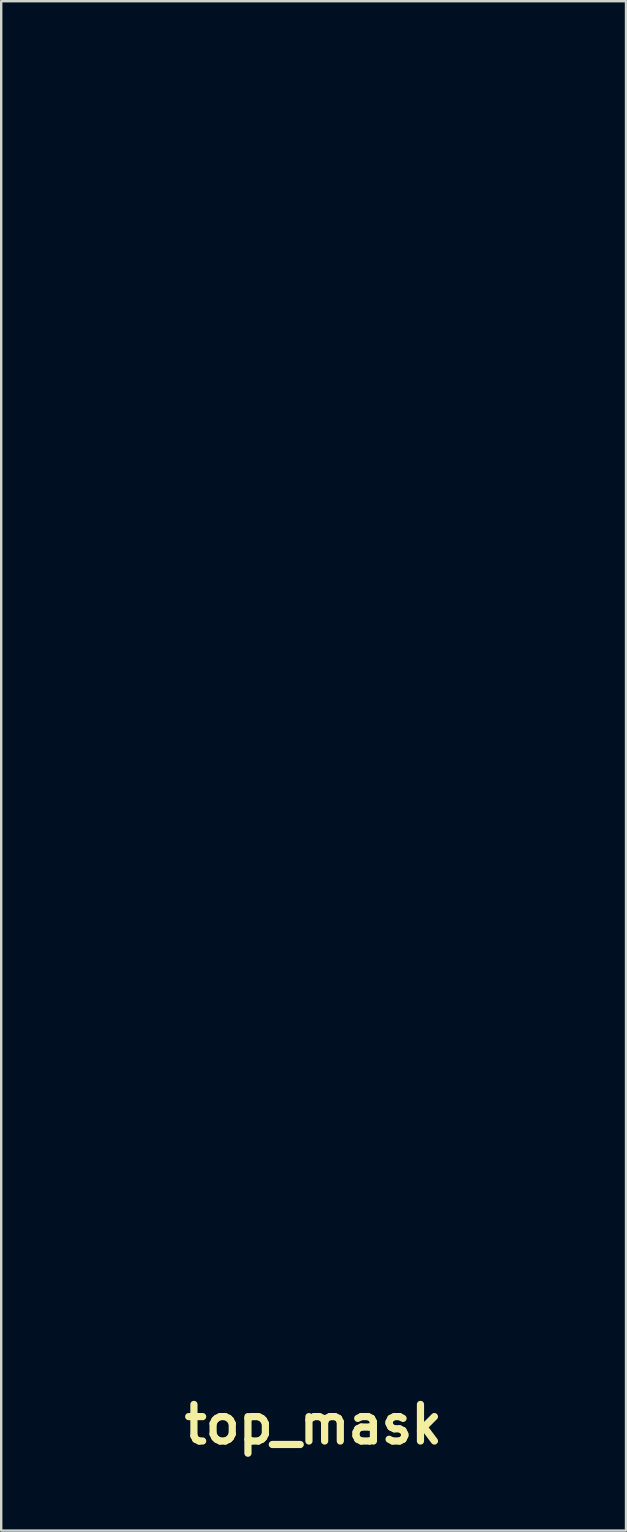
<source format=kicad_pcb>
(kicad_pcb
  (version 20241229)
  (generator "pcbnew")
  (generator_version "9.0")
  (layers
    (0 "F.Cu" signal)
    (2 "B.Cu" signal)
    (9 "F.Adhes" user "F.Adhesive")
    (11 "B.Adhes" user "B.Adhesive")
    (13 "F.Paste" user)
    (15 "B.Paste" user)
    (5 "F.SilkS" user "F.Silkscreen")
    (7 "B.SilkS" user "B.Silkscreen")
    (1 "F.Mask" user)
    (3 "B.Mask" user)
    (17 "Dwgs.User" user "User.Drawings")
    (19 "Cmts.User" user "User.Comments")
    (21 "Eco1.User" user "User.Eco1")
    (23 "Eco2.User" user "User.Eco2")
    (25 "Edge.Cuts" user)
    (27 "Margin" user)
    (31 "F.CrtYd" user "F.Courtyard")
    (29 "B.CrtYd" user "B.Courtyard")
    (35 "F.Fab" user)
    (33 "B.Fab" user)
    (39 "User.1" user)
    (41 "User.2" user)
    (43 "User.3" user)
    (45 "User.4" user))
  (footprint "top_mask"
    (layer "F.Cu")
    (at 9.997 56.271)
    (property "Reference" "top_mask" (at 0 0 0) (layer "F.SilkS") (effects (font (size 1.524 1.524) (thickness 0.3))))
    (attr through_hole)
    (fp_poly (pts (xy 10.018 -55.936) (xy -9.992 -55.936) (xy -9.992 -56.266) (xy 10.018 -56.266) (xy 10.018 -55.936)) (stroke (width 0.01) (type solid)) (fill yes) (layer "F.Mask"))
    (fp_poly (pts (xy 10.018 -53.343) (xy -9.992 -53.343) (xy -9.992 -53.648) (xy 10.018 -53.648) (xy 10.018 -53.343)) (stroke (width 0.01) (type solid)) (fill yes) (layer "F.Mask"))
    (fp_poly (pts (xy 9.543 -55.704) (xy 9.596 -55.692) (xy 9.65 -55.666) (xy 9.714 -55.619) (xy 9.797 -55.548) (xy 9.906 -55.446) (xy 9.91 -55.443) (xy 9.972 -55.379) (xy 10.004 -55.328) (xy 10.016 -55.27) (xy 10.018 -55.22) (xy 10.014 -55.147) (xy 10.005 -55.098) (xy 9.999 -55.089) (xy 9.975 -55.102) (xy 9.921 -55.145) (xy 9.844 -55.212) (xy 9.75 -55.299) (xy 9.668 -55.376) (xy 9.565 -55.475) (xy 9.477 -55.562) (xy 9.409 -55.632) (xy 9.367 -55.677) (xy 9.357 -55.691) (xy 9.379 -55.7) (xy 9.438 -55.706) (xy 9.483 -55.707) (xy 9.543 -55.704)) (stroke (width 0.01) (type solid)) (fill yes) (layer "F.Mask"))
    (fp_poly (pts (xy 10.009 -54.517) (xy 10.016 -54.453) (xy 10.018 -54.411) (xy 10.016 -54.356) (xy 10.007 -54.312) (xy 9.985 -54.269) (xy 9.944 -54.216) (xy 9.876 -54.144) (xy 9.815 -54.082) (xy 9.726 -53.993) (xy 9.663 -53.935) (xy 9.616 -53.9) (xy 9.574 -53.883) (xy 9.528 -53.877) (xy 9.487 -53.876) (xy 9.412 -53.879) (xy 9.378 -53.888) (xy 9.371 -53.911) (xy 9.375 -53.929) (xy 9.406 -53.982) (xy 9.449 -54.021) (xy 9.493 -54.057) (xy 9.509 -54.085) (xy 9.526 -54.112) (xy 9.572 -54.165) (xy 9.639 -54.233) (xy 9.718 -54.31) (xy 9.8 -54.388) (xy 9.877 -54.458) (xy 9.942 -54.512) (xy 9.985 -54.543) (xy 9.997 -54.547) (xy 10.009 -54.517)) (stroke (width 0.01) (type solid)) (fill yes) (layer "F.Mask"))
    (fp_poly (pts (xy -2.867 -54.451) (xy -2.832 -54.43) (xy -2.771 -54.382) (xy -2.692 -54.315) (xy -2.602 -54.235) (xy -2.511 -54.151) (xy -2.426 -54.07) (xy -2.355 -54) (xy -2.306 -53.947) (xy -2.288 -53.92) (xy -2.311 -53.91) (xy -2.37 -53.903) (xy -2.426 -53.902) (xy -2.493 -53.903) (xy -2.542 -53.912) (xy -2.588 -53.936) (xy -2.642 -53.98) (xy -2.718 -54.053) (xy -2.732 -54.066) (xy -2.899 -54.231) (xy -3.062 -54.066) (xy -3.225 -53.902) (xy -3.569 -53.902) (xy -3.432 -54.029) (xy -3.365 -54.091) (xy -3.312 -54.136) (xy -3.285 -54.156) (xy -3.284 -54.156) (xy -3.261 -54.173) (xy -3.216 -54.215) (xy -3.187 -54.244) (xy -3.065 -54.359) (xy -2.966 -54.429) (xy -2.89 -54.454) (xy -2.867 -54.451)) (stroke (width 0.01) (type solid)) (fill yes) (layer "F.Mask"))
    (fp_poly (pts (xy -3.219 -55.705) (xy -3.163 -55.695) (xy -3.115 -55.668) (xy -3.058 -55.617) (xy -3.02 -55.579) (xy -2.892 -55.451) (xy -2.825 -55.515) (xy -2.737 -55.599) (xy -2.673 -55.655) (xy -2.621 -55.687) (xy -2.569 -55.702) (xy -2.506 -55.707) (xy -2.452 -55.707) (xy -2.368 -55.705) (xy -2.309 -55.701) (xy -2.288 -55.695) (xy -2.306 -55.673) (xy -2.351 -55.626) (xy -2.416 -55.563) (xy -2.432 -55.549) (xy -2.529 -55.458) (xy -2.637 -55.357) (xy -2.718 -55.281) (xy -2.791 -55.218) (xy -2.854 -55.171) (xy -2.894 -55.15) (xy -2.898 -55.15) (xy -2.936 -55.169) (xy -2.99 -55.216) (xy -3.026 -55.253) (xy -3.084 -55.318) (xy -3.165 -55.405) (xy -3.253 -55.497) (xy -3.285 -55.531) (xy -3.455 -55.707) (xy -3.301 -55.707) (xy -3.219 -55.705)) (stroke (width 0.01) (type solid)) (fill yes) (layer "F.Mask"))
    (fp_poly (pts (xy 2.635 -55.263) (xy 2.18 -54.819) (xy 2.586 -54.418) (xy 2.706 -54.299) (xy 2.814 -54.188) (xy 2.905 -54.093) (xy 2.974 -54.018) (xy 3.015 -53.97) (xy 3.022 -53.959) (xy 3.037 -53.926) (xy 3.03 -53.909) (xy 2.99 -53.903) (xy 2.918 -53.903) (xy 2.784 -53.905) (xy 2.332 -54.362) (xy 2.189 -54.507) (xy 2.079 -54.62) (xy 1.999 -54.707) (xy 1.946 -54.774) (xy 1.919 -54.825) (xy 1.915 -54.866) (xy 1.931 -54.903) (xy 1.964 -54.941) (xy 2.014 -54.985) (xy 2.039 -55.008) (xy 2.157 -55.114) (xy 2.28 -55.224) (xy 2.4 -55.333) (xy 2.509 -55.434) (xy 2.601 -55.518) (xy 2.667 -55.581) (xy 2.694 -55.608) (xy 2.745 -55.648) (xy 2.811 -55.673) (xy 2.908 -55.688) (xy 2.924 -55.69) (xy 3.089 -55.707) (xy 2.635 -55.263)) (stroke (width 0.01) (type solid)) (fill yes) (layer "F.Mask"))
    (fp_poly (pts (xy -3.964 -55.705) (xy -3.906 -55.694) (xy -3.856 -55.666) (xy -3.795 -55.612) (xy -3.768 -55.586) (xy -3.689 -55.513) (xy -3.59 -55.422) (xy -3.488 -55.33) (xy -3.455 -55.3) (xy -3.302 -55.164) (xy -3.185 -55.057) (xy -3.099 -54.975) (xy -3.042 -54.916) (xy -3.01 -54.875) (xy -3 -54.85) (xy -3 -54.85) (xy -3.017 -54.822) (xy -3.066 -54.764) (xy -3.141 -54.681) (xy -3.237 -54.578) (xy -3.351 -54.46) (xy -3.451 -54.358) (xy -3.902 -53.902) (xy -4.173 -53.902) (xy -4.121 -53.972) (xy -4.076 -54.026) (xy -4.001 -54.108) (xy -3.904 -54.209) (xy -3.791 -54.324) (xy -3.672 -54.443) (xy -3.551 -54.56) (xy -3.46 -54.648) (xy -3.275 -54.821) (xy -3.645 -55.182) (xy -3.765 -55.297) (xy -3.878 -55.406) (xy -3.978 -55.501) (xy -4.056 -55.575) (xy -4.107 -55.622) (xy -4.11 -55.624) (xy -4.203 -55.707) (xy -4.048 -55.707) (xy -3.964 -55.705)) (stroke (width 0.01) (type solid)) (fill yes) (layer "F.Mask"))
    (fp_poly (pts (xy 0.783 -55.421) (xy 0.669 -55.308) (xy 0.553 -55.196) (xy 0.446 -55.093) (xy 0.359 -55.012) (xy 0.335 -54.991) (xy 0.257 -54.92) (xy 0.212 -54.874) (xy 0.194 -54.842) (xy 0.197 -54.815) (xy 0.214 -54.788) (xy 0.246 -54.749) (xy 0.308 -54.685) (xy 0.392 -54.601) (xy 0.489 -54.507) (xy 0.531 -54.467) (xy 0.643 -54.36) (xy 0.754 -54.25) (xy 0.853 -54.149) (xy 0.928 -54.069) (xy 0.941 -54.054) (xy 1.073 -53.902) (xy 0.922 -53.902) (xy 0.833 -53.905) (xy 0.777 -53.918) (xy 0.736 -53.946) (xy 0.712 -53.972) (xy 0.677 -54.01) (xy 0.613 -54.079) (xy 0.525 -54.17) (xy 0.419 -54.279) (xy 0.303 -54.398) (xy 0.257 -54.444) (xy -0.139 -54.846) (xy 0.039 -55.016) (xy 0.126 -55.099) (xy 0.237 -55.203) (xy 0.359 -55.317) (xy 0.478 -55.429) (xy 0.496 -55.446) (xy 0.775 -55.707) (xy 0.923 -55.707) (xy 1.071 -55.707) (xy 0.783 -55.421)) (stroke (width 0.01) (type solid)) (fill yes) (layer "F.Mask"))
    (fp_poly (pts (xy -9.908 -55.613) (xy -9.851 -55.565) (xy -9.768 -55.492) (xy -9.666 -55.398) (xy -9.55 -55.288) (xy -9.485 -55.225) (xy -9.066 -54.821) (xy -9.228 -54.673) (xy -9.327 -54.581) (xy -9.436 -54.479) (xy -9.531 -54.388) (xy -9.534 -54.385) (xy -9.674 -54.251) (xy -9.788 -54.145) (xy -9.873 -54.069) (xy -9.925 -54.026) (xy -9.935 -54.019) (xy -9.953 -54.021) (xy -9.963 -54.059) (xy -9.967 -54.138) (xy -9.967 -54.163) (xy -9.967 -54.326) (xy -9.833 -54.436) (xy -9.753 -54.502) (xy -9.68 -54.565) (xy -9.636 -54.604) (xy -9.575 -54.661) (xy -9.504 -54.726) (xy -9.49 -54.739) (xy -9.44 -54.79) (xy -9.41 -54.828) (xy -9.407 -54.837) (xy -9.425 -54.861) (xy -9.473 -54.913) (xy -9.546 -54.986) (xy -9.636 -55.075) (xy -9.687 -55.123) (xy -9.794 -55.225) (xy -9.869 -55.3) (xy -9.919 -55.354) (xy -9.948 -55.397) (xy -9.962 -55.434) (xy -9.966 -55.474) (xy -9.967 -55.51) (xy -9.96 -55.594) (xy -9.941 -55.629) (xy -9.935 -55.63) (xy -9.908 -55.613)) (stroke (width 0.01) (type solid)) (fill yes) (layer "F.Mask"))
    (fp_poly (pts (xy 0.14 -55.42) (xy 0.025 -55.306) (xy -0.093 -55.191) (xy -0.203 -55.086) (xy -0.293 -55.003) (xy -0.316 -54.982) (xy -0.488 -54.83) (xy -0.351 -54.684) (xy -0.285 -54.615) (xy -0.232 -54.564) (xy -0.201 -54.539) (xy -0.198 -54.538) (xy -0.175 -54.52) (xy -0.124 -54.474) (xy -0.053 -54.405) (xy 0.03 -54.323) (xy 0.118 -54.234) (xy 0.202 -54.146) (xy 0.276 -54.068) (xy 0.332 -54.006) (xy 0.36 -53.972) (xy 0.41 -53.902) (xy 0.14 -53.903) (xy -0.311 -54.357) (xy -0.435 -54.482) (xy -0.545 -54.595) (xy -0.638 -54.693) (xy -0.708 -54.769) (xy -0.751 -54.818) (xy -0.763 -54.835) (xy -0.758 -54.855) (xy -0.739 -54.883) (xy -0.702 -54.924) (xy -0.643 -54.983) (xy -0.555 -55.064) (xy -0.436 -55.172) (xy -0.394 -55.21) (xy -0.284 -55.309) (xy -0.179 -55.406) (xy -0.088 -55.491) (xy -0.021 -55.555) (xy -0.009 -55.567) (xy 0.054 -55.627) (xy 0.109 -55.661) (xy 0.176 -55.679) (xy 0.259 -55.689) (xy 0.423 -55.704) (xy 0.14 -55.42)) (stroke (width 0.01) (type solid)) (fill yes) (layer "F.Mask"))
    (fp_poly (pts (xy 4.153 -55.703) (xy 4.315 -55.692) (xy 4.505 -55.496) (xy 4.584 -55.416) (xy 4.65 -55.352) (xy 4.695 -55.311) (xy 4.71 -55.3) (xy 4.737 -55.283) (xy 4.789 -55.238) (xy 4.86 -55.173) (xy 4.94 -55.096) (xy 5.021 -55.015) (xy 5.094 -54.941) (xy 5.151 -54.879) (xy 5.183 -54.84) (xy 5.187 -54.832) (xy 5.17 -54.806) (xy 5.121 -54.75) (xy 5.046 -54.668) (xy 4.95 -54.566) (xy 4.837 -54.448) (xy 4.73 -54.339) (xy 4.273 -53.876) (xy 4.011 -53.876) (xy 4.056 -53.946) (xy 4.087 -53.984) (xy 4.148 -54.052) (xy 4.234 -54.142) (xy 4.338 -54.249) (xy 4.455 -54.366) (xy 4.503 -54.414) (xy 4.905 -54.811) (xy 4.798 -54.915) (xy 4.744 -54.967) (xy 4.662 -55.046) (xy 4.561 -55.145) (xy 4.449 -55.254) (xy 4.363 -55.337) (xy 4.256 -55.439) (xy 4.162 -55.528) (xy 4.086 -55.598) (xy 4.034 -55.642) (xy 4.013 -55.656) (xy 3.993 -55.676) (xy 3.992 -55.685) (xy 4.016 -55.701) (xy 4.089 -55.705) (xy 4.153 -55.703)) (stroke (width 0.01) (type solid)) (fill yes) (layer "F.Mask"))
    (fp_poly (pts (xy -0.609 -55.358) (xy -0.727 -55.243) (xy -0.839 -55.134) (xy -0.938 -55.038) (xy -1.017 -54.964) (xy -1.067 -54.918) (xy -1.168 -54.829) (xy -1.028 -54.683) (xy -0.961 -54.615) (xy -0.907 -54.564) (xy -0.877 -54.539) (xy -0.874 -54.538) (xy -0.851 -54.52) (xy -0.801 -54.475) (xy -0.733 -54.409) (xy -0.655 -54.332) (xy -0.576 -54.252) (xy -0.503 -54.177) (xy -0.446 -54.115) (xy -0.412 -54.076) (xy -0.407 -54.067) (xy -0.389 -54.04) (xy -0.345 -54.001) (xy -0.343 -53.999) (xy -0.293 -53.952) (xy -0.287 -53.922) (xy -0.328 -53.908) (xy -0.413 -53.905) (xy -0.547 -53.908) (xy -0.998 -54.361) (xy -1.122 -54.486) (xy -1.232 -54.601) (xy -1.325 -54.701) (xy -1.395 -54.78) (xy -1.438 -54.832) (xy -1.449 -54.852) (xy -1.429 -54.898) (xy -1.413 -54.911) (xy -1.376 -54.939) (xy -1.307 -54.999) (xy -1.21 -55.085) (xy -1.091 -55.194) (xy -0.952 -55.322) (xy -0.801 -55.465) (xy -0.767 -55.496) (xy -0.547 -55.705) (xy -0.399 -55.706) (xy -0.252 -55.707) (xy -0.609 -55.358)) (stroke (width 0.01) (type solid)) (fill yes) (layer "F.Mask"))
    (fp_poly (pts (xy 5.855 -55.505) (xy 5.946 -55.417) (xy 6.03 -55.336) (xy 6.096 -55.271) (xy 6.128 -55.238) (xy 6.175 -55.195) (xy 6.206 -55.174) (xy 6.209 -55.173) (xy 6.236 -55.156) (xy 6.287 -55.11) (xy 6.35 -55.047) (xy 6.417 -54.976) (xy 6.476 -54.91) (xy 6.519 -54.857) (xy 6.534 -54.83) (xy 6.517 -54.804) (xy 6.469 -54.747) (xy 6.395 -54.665) (xy 6.299 -54.562) (xy 6.186 -54.444) (xy 6.083 -54.338) (xy 5.632 -53.876) (xy 5.361 -53.876) (xy 5.411 -53.946) (xy 5.47 -54.02) (xy 5.554 -54.116) (xy 5.654 -54.223) (xy 5.758 -54.33) (xy 5.855 -54.425) (xy 5.934 -54.496) (xy 5.95 -54.51) (xy 6.038 -54.586) (xy 6.127 -54.672) (xy 6.162 -54.709) (xy 6.259 -54.816) (xy 6.09 -54.975) (xy 5.986 -55.073) (xy 5.875 -55.18) (xy 5.762 -55.291) (xy 5.652 -55.399) (xy 5.553 -55.498) (xy 5.468 -55.583) (xy 5.406 -55.648) (xy 5.37 -55.686) (xy 5.365 -55.694) (xy 5.388 -55.701) (xy 5.447 -55.706) (xy 5.505 -55.707) (xy 5.646 -55.707) (xy 5.855 -55.505)) (stroke (width 0.01) (type solid)) (fill yes) (layer "F.Mask"))
    (fp_poly (pts (xy 6.837 -55.702) (xy 6.988 -55.691) (xy 7.276 -55.427) (xy 7.471 -55.247) (xy 7.628 -55.1) (xy 7.747 -54.985) (xy 7.828 -54.904) (xy 7.873 -54.854) (xy 7.882 -54.838) (xy 7.865 -54.815) (xy 7.816 -54.762) (xy 7.742 -54.683) (xy 7.646 -54.584) (xy 7.533 -54.468) (xy 7.437 -54.371) (xy 7.315 -54.247) (xy 7.205 -54.134) (xy 7.113 -54.038) (xy 7.044 -53.963) (xy 7.002 -53.915) (xy 6.992 -53.9) (xy 6.969 -53.888) (xy 6.909 -53.879) (xy 6.839 -53.876) (xy 6.686 -53.876) (xy 6.729 -53.943) (xy 6.761 -53.982) (xy 6.818 -54.046) (xy 6.893 -54.126) (xy 6.978 -54.215) (xy 7.068 -54.306) (xy 7.153 -54.392) (xy 7.227 -54.463) (xy 7.282 -54.514) (xy 7.311 -54.537) (xy 7.312 -54.538) (xy 7.336 -54.555) (xy 7.384 -54.6) (xy 7.448 -54.665) (xy 7.461 -54.68) (xy 7.595 -54.822) (xy 7.141 -55.254) (xy 7.016 -55.374) (xy 6.904 -55.482) (xy 6.81 -55.574) (xy 6.74 -55.644) (xy 6.697 -55.688) (xy 6.687 -55.7) (xy 6.71 -55.705) (xy 6.77 -55.706) (xy 6.837 -55.702)) (stroke (width 0.01) (type solid)) (fill yes) (layer "F.Mask"))
    (fp_poly (pts (xy -5.015 -55.51) (xy -4.91 -55.414) (xy -4.802 -55.315) (xy -4.707 -55.226) (xy -4.658 -55.18) (xy -4.59 -55.116) (xy -4.536 -55.068) (xy -4.506 -55.047) (xy -4.505 -55.046) (xy -4.48 -55.029) (xy -4.435 -54.983) (xy -4.395 -54.94) (xy -4.301 -54.834) (xy -4.687 -54.447) (xy -4.805 -54.327) (xy -4.916 -54.214) (xy -5.012 -54.116) (xy -5.087 -54.039) (xy -5.135 -53.988) (xy -5.142 -53.98) (xy -5.189 -53.934) (xy -5.237 -53.911) (xy -5.305 -53.903) (xy -5.353 -53.902) (xy -5.432 -53.904) (xy -5.47 -53.911) (xy -5.478 -53.928) (xy -5.47 -53.946) (xy -5.445 -53.978) (xy -5.393 -54.037) (xy -5.322 -54.113) (xy -5.239 -54.201) (xy -5.151 -54.292) (xy -5.065 -54.378) (xy -4.99 -54.453) (xy -4.932 -54.508) (xy -4.899 -54.536) (xy -4.894 -54.538) (xy -4.871 -54.554) (xy -4.822 -54.599) (xy -4.756 -54.664) (xy -4.738 -54.682) (xy -4.597 -54.827) (xy -4.77 -54.981) (xy -4.852 -55.055) (xy -4.958 -55.154) (xy -5.076 -55.267) (xy -5.195 -55.382) (xy -5.236 -55.421) (xy -5.528 -55.707) (xy -5.234 -55.707) (xy -5.015 -55.51)) (stroke (width 0.01) (type solid)) (fill yes) (layer "F.Mask"))
    (fp_poly (pts (xy 6.16 -55.701) (xy 6.252 -55.692) (xy 6.313 -55.677) (xy 6.364 -55.646) (xy 6.422 -55.59) (xy 6.453 -55.557) (xy 6.515 -55.493) (xy 6.563 -55.447) (xy 6.588 -55.427) (xy 6.588 -55.427) (xy 6.61 -55.411) (xy 6.662 -55.365) (xy 6.738 -55.295) (xy 6.831 -55.207) (xy 6.903 -55.139) (xy 7.014 -55.032) (xy 7.093 -54.955) (xy 7.144 -54.9) (xy 7.172 -54.862) (xy 7.181 -54.835) (xy 7.176 -54.813) (xy 7.162 -54.791) (xy 7.133 -54.756) (xy 7.073 -54.692) (xy 6.988 -54.603) (xy 6.885 -54.496) (xy 6.768 -54.377) (xy 6.696 -54.304) (xy 6.271 -53.876) (xy 5.997 -53.876) (xy 6.089 -53.989) (xy 6.138 -54.043) (xy 6.215 -54.124) (xy 6.313 -54.224) (xy 6.425 -54.335) (xy 6.536 -54.443) (xy 6.646 -54.55) (xy 6.742 -54.646) (xy 6.818 -54.726) (xy 6.87 -54.782) (xy 6.89 -54.81) (xy 6.89 -54.811) (xy 6.873 -54.838) (xy 6.826 -54.893) (xy 6.756 -54.966) (xy 6.671 -55.05) (xy 6.557 -55.16) (xy 6.427 -55.287) (xy 6.298 -55.413) (xy 6.22 -55.489) (xy 5.989 -55.715) (xy 6.16 -55.701)) (stroke (width 0.01) (type solid)) (fill yes) (layer "F.Mask"))
    (fp_poly (pts (xy 8.804 -55.703) (xy 8.905 -55.693) (xy 8.972 -55.674) (xy 9.022 -55.642) (xy 9.035 -55.63) (xy 9.148 -55.52) (xy 9.298 -55.38) (xy 9.482 -55.212) (xy 9.592 -55.112) (xy 9.684 -55.025) (xy 9.761 -54.946) (xy 9.815 -54.884) (xy 9.839 -54.846) (xy 9.84 -54.843) (xy 9.822 -54.813) (xy 9.774 -54.753) (xy 9.699 -54.668) (xy 9.603 -54.563) (xy 9.49 -54.443) (xy 9.387 -54.338) (xy 8.935 -53.876) (xy 8.669 -53.876) (xy 8.714 -53.946) (xy 8.747 -53.988) (xy 8.809 -54.056) (xy 8.893 -54.145) (xy 8.991 -54.247) (xy 9.096 -54.353) (xy 9.201 -54.457) (xy 9.297 -54.55) (xy 9.378 -54.626) (xy 9.383 -54.63) (xy 9.449 -54.688) (xy 9.497 -54.734) (xy 9.524 -54.774) (xy 9.528 -54.814) (xy 9.507 -54.861) (xy 9.458 -54.921) (xy 9.379 -55.002) (xy 9.269 -55.109) (xy 9.2 -55.176) (xy 9.088 -55.283) (xy 8.99 -55.378) (xy 8.909 -55.454) (xy 8.853 -55.506) (xy 8.827 -55.529) (xy 8.825 -55.529) (xy 8.803 -55.546) (xy 8.758 -55.588) (xy 8.725 -55.621) (xy 8.636 -55.714) (xy 8.804 -55.703)) (stroke (width 0.01) (type solid)) (fill yes) (layer "F.Mask"))
    (fp_poly (pts (xy 1.951 -55.263) (xy 1.5 -54.82) (xy 1.65 -54.673) (xy 1.744 -54.579) (xy 1.853 -54.473) (xy 1.954 -54.374) (xy 1.961 -54.367) (xy 2.116 -54.215) (xy 2.232 -54.096) (xy 2.312 -54.008) (xy 2.356 -53.952) (xy 2.365 -53.931) (xy 2.341 -53.913) (xy 2.273 -53.904) (xy 2.231 -53.904) (xy 2.171 -53.906) (xy 2.125 -53.914) (xy 2.082 -53.936) (xy 2.033 -53.978) (xy 1.966 -54.046) (xy 1.915 -54.101) (xy 1.825 -54.197) (xy 1.736 -54.292) (xy 1.66 -54.373) (xy 1.631 -54.404) (xy 1.574 -54.462) (xy 1.53 -54.501) (xy 1.513 -54.512) (xy 1.491 -54.529) (xy 1.443 -54.573) (xy 1.382 -54.633) (xy 1.316 -54.699) (xy 1.256 -54.762) (xy 1.212 -54.81) (xy 1.195 -54.833) (xy 1.195 -54.833) (xy 1.213 -54.857) (xy 1.265 -54.911) (xy 1.345 -54.99) (xy 1.451 -55.09) (xy 1.576 -55.207) (xy 1.667 -55.29) (xy 1.802 -55.414) (xy 1.906 -55.508) (xy 1.985 -55.576) (xy 2.045 -55.623) (xy 2.093 -55.654) (xy 2.135 -55.672) (xy 2.177 -55.682) (xy 2.226 -55.688) (xy 2.25 -55.69) (xy 2.403 -55.706) (xy 1.951 -55.263)) (stroke (width 0.01) (type solid)) (fill yes) (layer "F.Mask"))
    (fp_poly (pts (xy -9.043 -55.523) (xy -8.948 -55.438) (xy -8.858 -55.355) (xy -8.787 -55.287) (xy -8.756 -55.256) (xy -8.705 -55.206) (xy -8.668 -55.177) (xy -8.66 -55.173) (xy -8.633 -55.156) (xy -8.583 -55.111) (xy -8.519 -55.048) (xy -8.453 -54.979) (xy -8.394 -54.914) (xy -8.353 -54.864) (xy -8.34 -54.84) (xy -8.357 -54.809) (xy -8.402 -54.757) (xy -8.466 -54.693) (xy -8.467 -54.692) (xy -8.53 -54.631) (xy -8.576 -54.583) (xy -8.594 -54.558) (xy -8.594 -54.558) (xy -8.611 -54.536) (xy -8.658 -54.484) (xy -8.73 -54.408) (xy -8.821 -54.315) (xy -8.912 -54.222) (xy -9.231 -53.902) (xy -9.357 -53.902) (xy -9.437 -53.906) (xy -9.476 -53.921) (xy -9.484 -53.939) (xy -9.464 -53.979) (xy -9.42 -54.019) (xy -9.375 -54.055) (xy -9.357 -54.084) (xy -9.339 -54.11) (xy -9.292 -54.162) (xy -9.221 -54.234) (xy -9.137 -54.316) (xy -9.031 -54.417) (xy -8.921 -54.523) (xy -8.822 -54.62) (xy -8.768 -54.673) (xy -8.619 -54.822) (xy -8.969 -55.158) (xy -9.087 -55.272) (xy -9.202 -55.381) (xy -9.304 -55.478) (xy -9.385 -55.555) (xy -9.433 -55.6) (xy -9.547 -55.706) (xy -9.399 -55.706) (xy -9.25 -55.707) (xy -9.043 -55.523)) (stroke (width 0.01) (type solid)) (fill yes) (layer "F.Mask"))
    (fp_poly (pts (xy -8.62 -55.703) (xy -8.561 -55.687) (xy -8.509 -55.649) (xy -8.483 -55.624) (xy -8.418 -55.563) (xy -8.335 -55.487) (xy -8.266 -55.427) (xy -8.194 -55.364) (xy -8.098 -55.278) (xy -7.991 -55.178) (xy -7.886 -55.08) (xy -7.64 -54.846) (xy -7.818 -54.66) (xy -7.903 -54.572) (xy -8.01 -54.461) (xy -8.129 -54.338) (xy -8.246 -54.218) (xy -8.275 -54.188) (xy -8.555 -53.902) (xy -8.69 -53.902) (xy -8.767 -53.903) (xy -8.803 -53.911) (xy -8.808 -53.929) (xy -8.797 -53.953) (xy -8.769 -53.99) (xy -8.709 -54.056) (xy -8.624 -54.146) (xy -8.519 -54.253) (xy -8.4 -54.373) (xy -8.272 -54.499) (xy -8.141 -54.626) (xy -8.103 -54.662) (xy -8.034 -54.729) (xy -7.984 -54.783) (xy -7.959 -54.815) (xy -7.958 -54.818) (xy -7.975 -54.845) (xy -8.019 -54.893) (xy -8.062 -54.935) (xy -8.119 -54.99) (xy -8.203 -55.07) (xy -8.302 -55.165) (xy -8.407 -55.266) (xy -8.429 -55.288) (xy -8.53 -55.385) (xy -8.626 -55.477) (xy -8.706 -55.552) (xy -8.761 -55.603) (xy -8.77 -55.611) (xy -8.819 -55.658) (xy -8.846 -55.689) (xy -8.848 -55.694) (xy -8.825 -55.701) (xy -8.766 -55.706) (xy -8.707 -55.707) (xy -8.62 -55.703)) (stroke (width 0.01) (type solid)) (fill yes) (layer "F.Mask"))
    (fp_poly (pts (xy -6.601 -55.704) (xy -6.545 -55.692) (xy -6.504 -55.663) (xy -6.475 -55.631) (xy -6.429 -55.582) (xy -6.394 -55.556) (xy -6.389 -55.555) (xy -6.359 -55.538) (xy -6.313 -55.495) (xy -6.303 -55.485) (xy -6.262 -55.443) (xy -6.192 -55.375) (xy -6.101 -55.288) (xy -5.997 -55.191) (xy -5.941 -55.139) (xy -5.812 -55.016) (xy -5.723 -54.924) (xy -5.674 -54.863) (xy -5.663 -54.831) (xy -5.664 -54.831) (xy -5.686 -54.804) (xy -5.739 -54.746) (xy -5.817 -54.663) (xy -5.916 -54.56) (xy -6.03 -54.442) (xy -6.119 -54.35) (xy -6.555 -53.902) (xy -6.842 -53.902) (xy -6.74 -54.023) (xy -6.688 -54.08) (xy -6.608 -54.164) (xy -6.506 -54.265) (xy -6.393 -54.377) (xy -6.294 -54.473) (xy -6.186 -54.577) (xy -6.091 -54.67) (xy -6.017 -54.746) (xy -5.968 -54.799) (xy -5.95 -54.822) (xy -5.95 -54.822) (xy -5.966 -54.846) (xy -6.01 -54.894) (xy -6.069 -54.957) (xy -6.136 -55.024) (xy -6.198 -55.085) (xy -6.246 -55.13) (xy -6.271 -55.148) (xy -6.271 -55.148) (xy -6.291 -55.165) (xy -6.34 -55.212) (xy -6.412 -55.282) (xy -6.502 -55.371) (xy -6.559 -55.427) (xy -6.838 -55.707) (xy -6.689 -55.707) (xy -6.601 -55.704)) (stroke (width 0.01) (type solid)) (fill yes) (layer "F.Mask"))
    (fp_poly (pts (xy -1.66 -55.706) (xy -1.623 -55.699) (xy -1.618 -55.683) (xy -1.632 -55.661) (xy -1.66 -55.63) (xy -1.719 -55.57) (xy -1.803 -55.487) (xy -1.906 -55.387) (xy -2.023 -55.276) (xy -2.066 -55.235) (xy -2.183 -55.123) (xy -2.287 -55.022) (xy -2.372 -54.938) (xy -2.433 -54.876) (xy -2.463 -54.841) (xy -2.466 -54.836) (xy -2.452 -54.8) (xy -2.406 -54.744) (xy -2.325 -54.663) (xy -2.305 -54.643) (xy -2.207 -54.549) (xy -2.1 -54.443) (xy -1.99 -54.333) (xy -1.884 -54.225) (xy -1.788 -54.127) (xy -1.71 -54.044) (xy -1.656 -53.983) (xy -1.633 -53.955) (xy -1.618 -53.924) (xy -1.626 -53.909) (xy -1.667 -53.903) (xy -1.735 -53.903) (xy -1.869 -53.904) (xy -2.32 -54.362) (xy -2.443 -54.488) (xy -2.554 -54.604) (xy -2.646 -54.703) (xy -2.717 -54.781) (xy -2.76 -54.832) (xy -2.771 -54.851) (xy -2.762 -54.87) (xy -2.732 -54.906) (xy -2.679 -54.96) (xy -2.6 -55.037) (xy -2.492 -55.138) (xy -2.351 -55.267) (xy -2.175 -55.426) (xy -2.162 -55.438) (xy -2.079 -55.514) (xy -2.003 -55.584) (xy -1.948 -55.637) (xy -1.938 -55.647) (xy -1.891 -55.684) (xy -1.831 -55.702) (xy -1.741 -55.707) (xy -1.739 -55.707) (xy -1.66 -55.706)) (stroke (width 0.01) (type solid)) (fill yes) (layer "F.Mask"))
    (fp_poly (pts (xy -1.253 -55.37) (xy -1.369 -55.258) (xy -1.479 -55.152) (xy -1.574 -55.061) (xy -1.648 -54.99) (xy -1.69 -54.95) (xy -1.743 -54.894) (xy -1.775 -54.846) (xy -1.78 -54.83) (xy -1.762 -54.802) (xy -1.714 -54.744) (xy -1.64 -54.662) (xy -1.544 -54.561) (xy -1.433 -54.448) (xy -1.378 -54.392) (xy -1.232 -54.246) (xy -1.118 -54.132) (xy -1.035 -54.046) (xy -0.979 -53.985) (xy -0.948 -53.944) (xy -0.939 -53.919) (xy -0.949 -53.906) (xy -0.976 -53.902) (xy -1.016 -53.902) (xy -1.047 -53.902) (xy -1.185 -53.902) (xy -1.387 -54.109) (xy -1.488 -54.212) (xy -1.61 -54.335) (xy -1.736 -54.46) (xy -1.837 -54.561) (xy -1.928 -54.653) (xy -2.003 -54.734) (xy -2.058 -54.798) (xy -2.084 -54.836) (xy -2.085 -54.841) (xy -2.068 -54.868) (xy -2.023 -54.921) (xy -1.958 -54.992) (xy -1.882 -55.071) (xy -1.803 -55.15) (xy -1.731 -55.22) (xy -1.674 -55.273) (xy -1.639 -55.299) (xy -1.635 -55.3) (xy -1.613 -55.317) (xy -1.566 -55.36) (xy -1.503 -55.42) (xy -1.502 -55.421) (xy -1.393 -55.528) (xy -1.311 -55.604) (xy -1.25 -55.655) (xy -1.201 -55.685) (xy -1.155 -55.701) (xy -1.105 -55.706) (xy -1.051 -55.707) (xy -0.906 -55.707) (xy -1.253 -55.37)) (stroke (width 0.01) (type solid)) (fill yes) (layer "F.Mask"))
    (fp_poly (pts (xy -5.942 -55.698) (xy -5.861 -55.673) (xy -5.824 -55.632) (xy -5.822 -55.619) (xy -5.801 -55.583) (xy -5.774 -55.568) (xy -5.724 -55.536) (xy -5.684 -55.49) (xy -5.648 -55.445) (xy -5.622 -55.427) (xy -5.595 -55.411) (xy -5.539 -55.366) (xy -5.462 -55.299) (xy -5.371 -55.217) (xy -5.274 -55.127) (xy -5.178 -55.036) (xy -5.091 -54.951) (xy -5.089 -54.948) (xy -4.979 -54.837) (xy -5.371 -54.439) (xy -5.49 -54.319) (xy -5.6 -54.206) (xy -5.695 -54.108) (xy -5.769 -54.031) (xy -5.815 -53.981) (xy -5.823 -53.972) (xy -5.864 -53.931) (xy -5.909 -53.91) (xy -5.977 -53.903) (xy -6.032 -53.902) (xy -6.181 -53.902) (xy -6.114 -53.99) (xy -6.075 -54.034) (xy -6.006 -54.107) (xy -5.914 -54.201) (xy -5.805 -54.309) (xy -5.686 -54.425) (xy -5.661 -54.45) (xy -5.276 -54.821) (xy -5.451 -54.984) (xy -5.528 -55.055) (xy -5.59 -55.11) (xy -5.63 -55.143) (xy -5.638 -55.148) (xy -5.666 -55.165) (xy -5.713 -55.209) (xy -5.766 -55.266) (xy -5.814 -55.321) (xy -5.844 -55.363) (xy -5.848 -55.374) (xy -5.863 -55.401) (xy -5.869 -55.402) (xy -5.896 -55.418) (xy -5.95 -55.462) (xy -6.02 -55.526) (xy -6.051 -55.555) (xy -6.212 -55.707) (xy -6.066 -55.707) (xy -5.942 -55.698)) (stroke (width 0.01) (type solid)) (fill yes) (layer "F.Mask"))
    (fp_poly (pts (xy 8.237 -55.703) (xy 8.296 -55.687) (xy 8.349 -55.649) (xy 8.375 -55.624) (xy 8.43 -55.571) (xy 8.511 -55.497) (xy 8.604 -55.412) (xy 8.658 -55.364) (xy 8.809 -55.227) (xy 8.941 -55.103) (xy 9.049 -54.997) (xy 9.132 -54.912) (xy 9.183 -54.851) (xy 9.2 -54.82) (xy 9.2 -54.818) (xy 9.18 -54.794) (xy 9.13 -54.739) (xy 9.053 -54.659) (xy 8.954 -54.557) (xy 8.84 -54.441) (xy 8.735 -54.335) (xy 8.279 -53.876) (xy 8.005 -53.876) (xy 8.146 -54.038) (xy 8.215 -54.113) (xy 8.311 -54.212) (xy 8.423 -54.324) (xy 8.54 -54.44) (xy 8.593 -54.491) (xy 8.695 -54.59) (xy 8.783 -54.678) (xy 8.85 -54.749) (xy 8.89 -54.796) (xy 8.899 -54.812) (xy 8.881 -54.845) (xy 8.836 -54.895) (xy 8.804 -54.925) (xy 8.731 -54.991) (xy 8.661 -55.059) (xy 8.641 -55.078) (xy 8.592 -55.123) (xy 8.556 -55.147) (xy 8.552 -55.148) (xy 8.524 -55.167) (xy 8.479 -55.212) (xy 8.454 -55.241) (xy 8.406 -55.298) (xy 8.363 -55.346) (xy 8.315 -55.395) (xy 8.251 -55.457) (xy 8.161 -55.541) (xy 8.153 -55.549) (xy 8.085 -55.614) (xy 8.034 -55.665) (xy 8.01 -55.693) (xy 8.009 -55.695) (xy 8.032 -55.702) (xy 8.091 -55.706) (xy 8.15 -55.707) (xy 8.237 -55.703)) (stroke (width 0.01) (type solid)) (fill yes) (layer "F.Mask"))
    (fp_poly (pts (xy 7.879 -55.459) (xy 7.984 -55.363) (xy 8.083 -55.272) (xy 8.166 -55.196) (xy 8.224 -55.144) (xy 8.234 -55.135) (xy 8.332 -55.043) (xy 8.416 -54.958) (xy 8.478 -54.888) (xy 8.513 -54.84) (xy 8.517 -54.826) (xy 8.5 -54.801) (xy 8.452 -54.745) (xy 8.377 -54.664) (xy 8.281 -54.563) (xy 8.169 -54.448) (xy 8.085 -54.364) (xy 7.965 -54.242) (xy 7.857 -54.131) (xy 7.767 -54.036) (xy 7.7 -53.963) (xy 7.661 -53.917) (xy 7.653 -53.904) (xy 7.629 -53.888) (xy 7.565 -53.879) (xy 7.5 -53.876) (xy 7.416 -53.878) (xy 7.373 -53.884) (xy 7.362 -53.898) (xy 7.372 -53.926) (xy 7.374 -53.928) (xy 7.419 -53.984) (xy 7.451 -54.01) (xy 7.49 -54.043) (xy 7.501 -54.063) (xy 7.517 -54.087) (xy 7.563 -54.138) (xy 7.628 -54.208) (xy 7.704 -54.287) (xy 7.784 -54.367) (xy 7.858 -54.441) (xy 7.919 -54.499) (xy 7.959 -54.532) (xy 7.968 -54.538) (xy 7.991 -54.555) (xy 8.038 -54.598) (xy 8.096 -54.657) (xy 8.156 -54.72) (xy 8.205 -54.775) (xy 8.234 -54.812) (xy 8.238 -54.819) (xy 8.22 -54.841) (xy 8.173 -54.888) (xy 8.103 -54.953) (xy 8.055 -54.997) (xy 7.968 -55.076) (xy 7.858 -55.18) (xy 7.737 -55.295) (xy 7.619 -55.409) (xy 7.593 -55.434) (xy 7.313 -55.707) (xy 7.609 -55.707) (xy 7.879 -55.459)) (stroke (width 0.01) (type solid)) (fill yes) (layer "F.Mask"))
    (fp_poly (pts (xy -7.305 -55.705) (xy -7.254 -55.696) (xy -7.206 -55.674) (xy -7.149 -55.63) (xy -7.069 -55.56) (xy -7.056 -55.548) (xy -6.961 -55.462) (xy -6.865 -55.373) (xy -6.785 -55.298) (xy -6.768 -55.281) (xy -6.707 -55.224) (xy -6.662 -55.185) (xy -6.644 -55.173) (xy -6.621 -55.156) (xy -6.572 -55.111) (xy -6.505 -55.046) (xy -6.467 -55.009) (xy -6.302 -54.844) (xy -6.685 -54.461) (xy -6.798 -54.348) (xy -6.898 -54.246) (xy -6.98 -54.162) (xy -7.037 -54.101) (xy -7.066 -54.068) (xy -7.068 -54.064) (xy -7.085 -54.039) (xy -7.128 -53.995) (xy -7.147 -53.976) (xy -7.204 -53.931) (xy -7.263 -53.908) (xy -7.346 -53.902) (xy -7.364 -53.902) (xy -7.443 -53.904) (xy -7.48 -53.911) (xy -7.486 -53.929) (xy -7.478 -53.946) (xy -7.454 -53.978) (xy -7.402 -54.037) (xy -7.331 -54.113) (xy -7.247 -54.201) (xy -7.159 -54.292) (xy -7.074 -54.378) (xy -6.998 -54.453) (xy -6.94 -54.508) (xy -6.907 -54.536) (xy -6.903 -54.538) (xy -6.879 -54.554) (xy -6.83 -54.599) (xy -6.765 -54.663) (xy -6.748 -54.681) (xy -6.671 -54.768) (xy -6.63 -54.835) (xy -6.625 -54.878) (xy -6.658 -54.893) (xy -6.659 -54.893) (xy -6.683 -54.911) (xy -6.738 -54.958) (xy -6.818 -55.032) (xy -6.918 -55.126) (xy -7.033 -55.236) (xy -7.098 -55.299) (xy -7.513 -55.705) (xy -7.373 -55.706) (xy -7.305 -55.705)) (stroke (width 0.01) (type solid)) (fill yes) (layer "F.Mask"))
    (fp_poly (pts (xy 5.184 -55.497) (xy 5.301 -55.388) (xy 5.434 -55.263) (xy 5.566 -55.14) (xy 5.64 -55.071) (xy 5.729 -54.987) (xy 5.802 -54.915) (xy 5.853 -54.861) (xy 5.873 -54.833) (xy 5.873 -54.832) (xy 5.856 -54.806) (xy 5.809 -54.753) (xy 5.738 -54.679) (xy 5.652 -54.592) (xy 5.632 -54.572) (xy 5.543 -54.484) (xy 5.468 -54.409) (xy 5.415 -54.354) (xy 5.391 -54.325) (xy 5.39 -54.323) (xy 5.373 -54.301) (xy 5.327 -54.25) (xy 5.259 -54.179) (xy 5.175 -54.095) (xy 5.174 -54.093) (xy 5.082 -54.002) (xy 5.016 -53.941) (xy 4.967 -53.903) (xy 4.925 -53.884) (xy 4.881 -53.877) (xy 4.833 -53.876) (xy 4.759 -53.879) (xy 4.725 -53.888) (xy 4.718 -53.911) (xy 4.722 -53.929) (xy 4.753 -53.982) (xy 4.796 -54.021) (xy 4.84 -54.057) (xy 4.856 -54.084) (xy 4.874 -54.11) (xy 4.921 -54.162) (xy 4.991 -54.234) (xy 5.075 -54.316) (xy 5.18 -54.417) (xy 5.29 -54.522) (xy 5.388 -54.617) (xy 5.442 -54.669) (xy 5.59 -54.814) (xy 5.445 -54.947) (xy 5.363 -55.024) (xy 5.266 -55.117) (xy 5.16 -55.219) (xy 5.051 -55.325) (xy 4.945 -55.428) (xy 4.849 -55.522) (xy 4.769 -55.602) (xy 4.711 -55.661) (xy 4.681 -55.693) (xy 4.678 -55.697) (xy 4.701 -55.702) (xy 4.761 -55.706) (xy 4.82 -55.707) (xy 4.962 -55.707) (xy 5.184 -55.497)) (stroke (width 0.01) (type solid)) (fill yes) (layer "F.Mask"))
    (fp_poly (pts (xy -7.949 -55.704) (xy -7.89 -55.69) (xy -7.838 -55.657) (xy -7.79 -55.612) (xy -7.727 -55.553) (xy -7.64 -55.474) (xy -7.542 -55.387) (xy -7.488 -55.34) (xy -7.378 -55.243) (xy -7.261 -55.135) (xy -7.154 -55.035) (xy -7.119 -55.001) (xy -6.954 -54.838) (xy -7.011 -54.792) (xy -7.053 -54.75) (xy -7.068 -54.719) (xy -7.088 -54.686) (xy -7.117 -54.666) (xy -7.16 -54.636) (xy -7.215 -54.588) (xy -7.27 -54.535) (xy -7.31 -54.491) (xy -7.323 -54.47) (xy -7.34 -54.448) (xy -7.387 -54.398) (xy -7.458 -54.324) (xy -7.546 -54.234) (xy -7.601 -54.179) (xy -7.88 -53.902) (xy -8.006 -53.902) (xy -8.08 -53.904) (xy -8.115 -53.914) (xy -8.122 -53.936) (xy -8.118 -53.952) (xy -8.088 -54.002) (xy -8.044 -54.041) (xy -8 -54.077) (xy -7.984 -54.104) (xy -7.966 -54.131) (xy -7.92 -54.184) (xy -7.854 -54.253) (xy -7.778 -54.33) (xy -7.698 -54.407) (xy -7.626 -54.473) (xy -7.569 -54.521) (xy -7.552 -54.534) (xy -7.491 -54.583) (xy -7.428 -54.644) (xy -7.425 -54.648) (xy -7.367 -54.712) (xy -7.315 -54.77) (xy -7.312 -54.773) (xy -7.289 -54.801) (xy -7.284 -54.825) (xy -7.303 -54.857) (xy -7.35 -54.906) (xy -7.401 -54.954) (xy -7.467 -55.015) (xy -7.559 -55.103) (xy -7.669 -55.208) (xy -7.786 -55.321) (xy -7.863 -55.395) (xy -8.188 -55.707) (xy -8.038 -55.707) (xy -7.949 -55.704)) (stroke (width 0.01) (type solid)) (fill yes) (layer "F.Mask"))
    (fp_poly (pts (xy -4.715 -55.706) (xy -4.564 -55.706) (xy -4.35 -55.503) (xy -4.265 -55.423) (xy -4.193 -55.358) (xy -4.142 -55.315) (xy -4.121 -55.3) (xy -4.095 -55.283) (xy -4.051 -55.241) (xy -4.041 -55.23) (xy -3.99 -55.178) (xy -3.916 -55.107) (xy -3.836 -55.031) (xy -3.831 -55.027) (xy -3.76 -54.954) (xy -3.709 -54.89) (xy -3.687 -54.846) (xy -3.687 -54.843) (xy -3.704 -54.805) (xy -3.75 -54.745) (xy -3.813 -54.674) (xy -3.884 -54.603) (xy -3.953 -54.543) (xy -4.005 -54.505) (xy -4.038 -54.474) (xy -4.043 -54.46) (xy -4.06 -54.434) (xy -4.107 -54.38) (xy -4.178 -54.304) (xy -4.266 -54.214) (xy -4.311 -54.169) (xy -4.415 -54.066) (xy -4.491 -53.994) (xy -4.547 -53.947) (xy -4.59 -53.919) (xy -4.629 -53.906) (xy -4.671 -53.902) (xy -4.706 -53.902) (xy -4.777 -53.907) (xy -4.823 -53.918) (xy -4.831 -53.927) (xy -4.814 -53.957) (xy -4.77 -54.01) (xy -4.71 -54.073) (xy -4.632 -54.154) (xy -4.555 -54.237) (xy -4.51 -54.288) (xy -4.453 -54.349) (xy -4.371 -54.427) (xy -4.28 -54.508) (xy -4.256 -54.529) (xy -4.177 -54.597) (xy -4.114 -54.655) (xy -4.077 -54.692) (xy -4.071 -54.701) (xy -4.046 -54.734) (xy -4.002 -54.779) (xy -3.944 -54.833) (xy -4.101 -54.977) (xy -4.176 -55.047) (xy -4.276 -55.141) (xy -4.391 -55.25) (xy -4.51 -55.364) (xy -4.562 -55.414) (xy -4.866 -55.707) (xy -4.715 -55.706)) (stroke (width 0.01) (type solid)) (fill yes) (layer "F.Mask"))
    (fp_poly (pts (xy 1.587 -55.707) (xy 1.664 -55.706) (xy 1.716 -55.702) (xy 1.729 -55.698) (xy 1.712 -55.676) (xy 1.666 -55.627) (xy 1.599 -55.558) (xy 1.518 -55.477) (xy 1.431 -55.391) (xy 1.346 -55.307) (xy 1.271 -55.235) (xy 1.212 -55.18) (xy 1.179 -55.151) (xy 1.174 -55.148) (xy 1.151 -55.131) (xy 1.103 -55.086) (xy 1.042 -55.022) (xy 1.04 -55.021) (xy 0.976 -54.957) (xy 0.923 -54.911) (xy 0.893 -54.893) (xy 0.893 -54.893) (xy 0.865 -54.877) (xy 0.872 -54.833) (xy 0.912 -54.766) (xy 0.981 -54.683) (xy 0.993 -54.671) (xy 1.057 -54.606) (xy 1.107 -54.559) (xy 1.133 -54.538) (xy 1.134 -54.538) (xy 1.158 -54.52) (xy 1.207 -54.475) (xy 1.276 -54.409) (xy 1.353 -54.332) (xy 1.433 -54.252) (xy 1.505 -54.177) (xy 1.563 -54.115) (xy 1.596 -54.076) (xy 1.602 -54.067) (xy 1.62 -54.04) (xy 1.663 -54.001) (xy 1.665 -53.999) (xy 1.715 -53.952) (xy 1.721 -53.922) (xy 1.681 -53.907) (xy 1.595 -53.903) (xy 1.5 -53.91) (xy 1.433 -53.935) (xy 1.392 -53.965) (xy 1.346 -54.009) (xy 1.323 -54.039) (xy 1.322 -54.042) (xy 1.305 -54.064) (xy 1.257 -54.116) (xy 1.184 -54.193) (xy 1.09 -54.29) (xy 0.981 -54.4) (xy 0.942 -54.439) (xy 0.804 -54.58) (xy 0.697 -54.695) (xy 0.623 -54.781) (xy 0.583 -54.837) (xy 0.576 -54.857) (xy 0.598 -54.888) (xy 0.645 -54.942) (xy 0.705 -55.007) (xy 0.769 -55.073) (xy 0.827 -55.129) (xy 0.868 -55.166) (xy 0.881 -55.173) (xy 0.903 -55.19) (xy 0.951 -55.233) (xy 1.014 -55.293) (xy 1.015 -55.294) (xy 1.149 -55.425) (xy 1.253 -55.525) (xy 1.331 -55.598) (xy 1.39 -55.649) (xy 1.437 -55.68) (xy 1.475 -55.698) (xy 1.512 -55.705) (xy 1.554 -55.707) (xy 1.587 -55.707)) (stroke (width 0.01) (type solid)) (fill yes) (layer "F.Mask"))
    (fp_poly (pts (xy 3.543 -55.665) (xy 3.603 -55.62) (xy 3.681 -55.554) (xy 3.751 -55.49) (xy 3.909 -55.34) (xy 4.052 -55.201) (xy 4.178 -55.077) (xy 4.282 -54.972) (xy 4.36 -54.89) (xy 4.409 -54.836) (xy 4.424 -54.813) (xy 4.406 -54.789) (xy 4.358 -54.736) (xy 4.285 -54.661) (xy 4.194 -54.57) (xy 4.091 -54.47) (xy 3.982 -54.365) (xy 3.875 -54.263) (xy 3.774 -54.17) (xy 3.692 -54.096) (xy 3.62 -54.037) (xy 3.559 -53.995) (xy 3.522 -53.978) (xy 3.522 -53.978) (xy 3.495 -53.996) (xy 3.437 -54.044) (xy 3.355 -54.12) (xy 3.254 -54.217) (xy 3.138 -54.33) (xy 3.052 -54.416) (xy 2.932 -54.538) (xy 2.824 -54.65) (xy 2.734 -54.745) (xy 2.667 -54.818) (xy 2.627 -54.864) (xy 2.619 -54.877) (xy 2.621 -54.88) (xy 2.918 -54.88) (xy 2.928 -54.853) (xy 2.965 -54.808) (xy 3.033 -54.739) (xy 3.088 -54.687) (xy 3.183 -54.595) (xy 3.278 -54.503) (xy 3.357 -54.425) (xy 3.389 -54.391) (xy 3.459 -54.323) (xy 3.508 -54.291) (xy 3.546 -54.292) (xy 3.585 -54.323) (xy 3.59 -54.328) (xy 3.671 -54.408) (xy 3.789 -54.515) (xy 3.938 -54.645) (xy 3.96 -54.664) (xy 4.033 -54.729) (xy 4.089 -54.782) (xy 4.117 -54.815) (xy 4.119 -54.82) (xy 4.102 -54.844) (xy 4.056 -54.895) (xy 3.991 -54.964) (xy 3.915 -55.041) (xy 3.836 -55.12) (xy 3.762 -55.19) (xy 3.704 -55.244) (xy 3.668 -55.272) (xy 3.663 -55.275) (xy 3.638 -55.292) (xy 3.594 -55.336) (xy 3.577 -55.355) (xy 3.506 -55.436) (xy 3.412 -55.344) (xy 3.251 -55.188) (xy 3.12 -55.063) (xy 3.022 -54.972) (xy 2.956 -54.915) (xy 2.93 -54.896) (xy 2.918 -54.88) (xy 2.621 -54.88) (xy 2.638 -54.907) (xy 2.694 -54.969) (xy 2.785 -55.059) (xy 2.909 -55.177) (xy 3.064 -55.319) (xy 3.105 -55.356) (xy 3.231 -55.47) (xy 3.326 -55.554) (xy 3.395 -55.613) (xy 3.443 -55.651) (xy 3.476 -55.672) (xy 3.498 -55.68) (xy 3.51 -55.681) (xy 3.543 -55.665)) (stroke (width 0.01) (type solid)) (fill yes) (layer "F.Mask")))
  (gr_rect
    (start -3 -3)
    (end 23.02 60.69)
    (stroke (width 0.1) (type default))
    (fill no)
    (layer "Edge.Cuts")))
</source>
